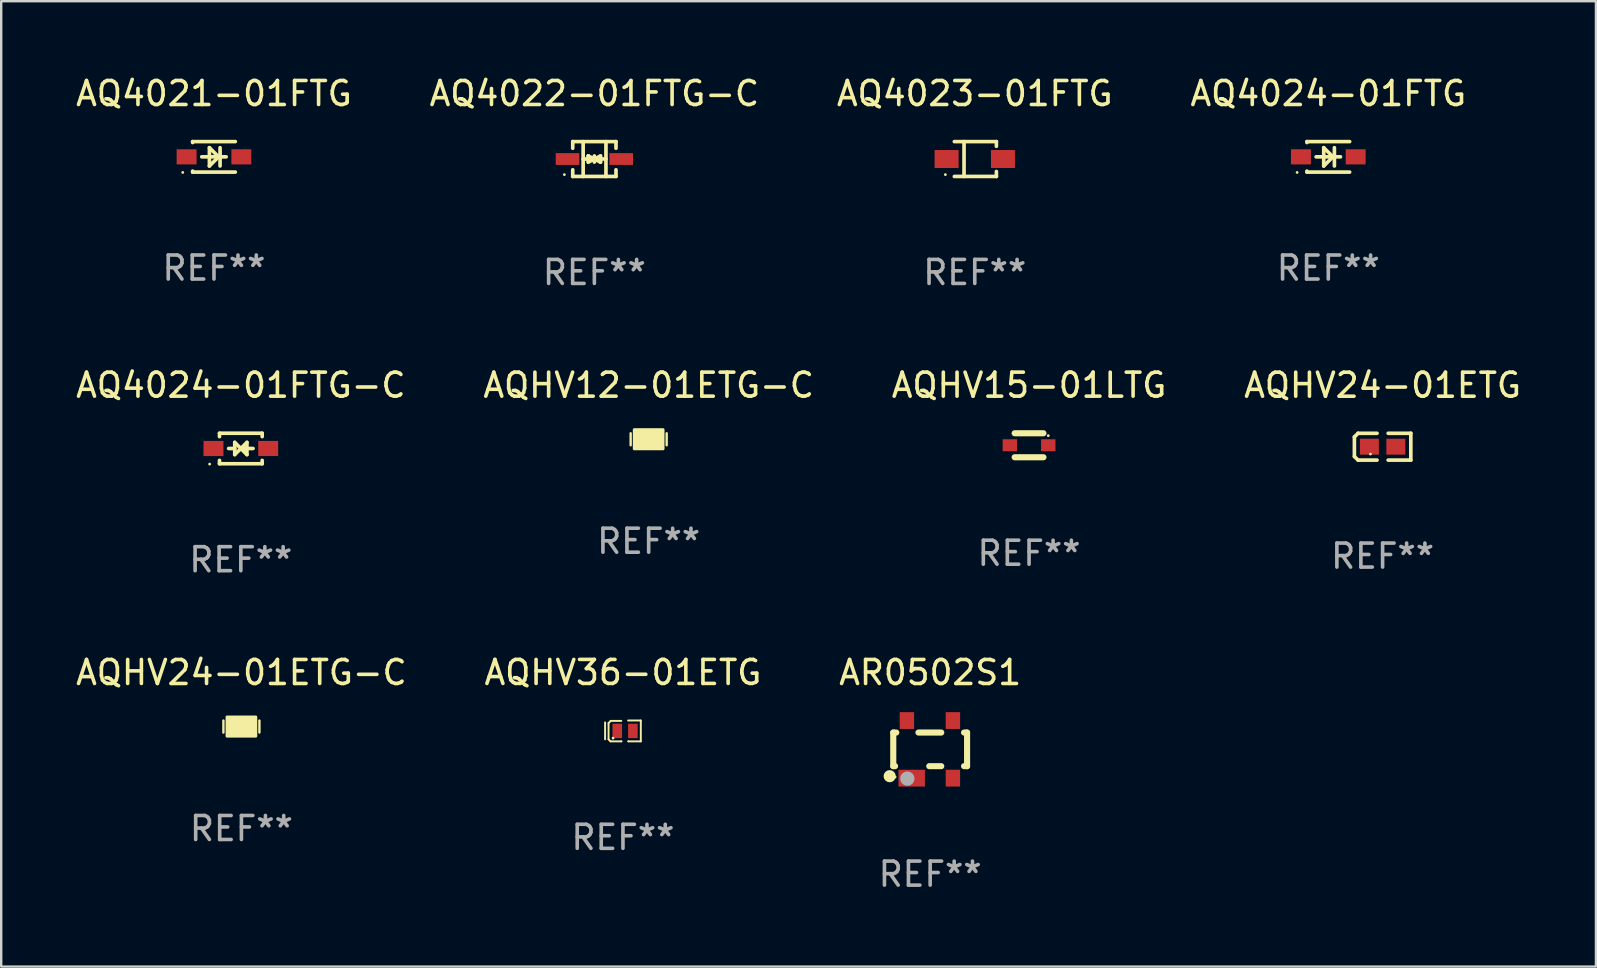
<source format=kicad_pcb>
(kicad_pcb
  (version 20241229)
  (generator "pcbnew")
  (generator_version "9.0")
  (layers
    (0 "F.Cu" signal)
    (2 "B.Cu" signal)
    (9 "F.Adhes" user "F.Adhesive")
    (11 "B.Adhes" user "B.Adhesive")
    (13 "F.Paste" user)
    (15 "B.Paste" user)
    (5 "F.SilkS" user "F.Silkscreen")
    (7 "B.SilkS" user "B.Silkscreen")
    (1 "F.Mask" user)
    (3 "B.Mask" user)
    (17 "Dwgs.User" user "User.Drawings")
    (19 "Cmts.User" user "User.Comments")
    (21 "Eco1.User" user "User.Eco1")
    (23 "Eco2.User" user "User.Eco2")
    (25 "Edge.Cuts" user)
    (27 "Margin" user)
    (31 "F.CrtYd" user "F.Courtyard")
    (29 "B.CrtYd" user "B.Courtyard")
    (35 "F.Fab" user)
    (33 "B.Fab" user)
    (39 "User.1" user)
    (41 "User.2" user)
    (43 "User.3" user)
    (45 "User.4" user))
  (footprint "AQ4024-01FTG-C"
    (layer "F.Cu")
    (at 6.982 15.632)
    (property "Reference" "AQ4024-01FTG-C" (at 0 -2.635 0) (layer "F.SilkS") (effects (font (size 1 1) (thickness 0.15))))
    (attr through_hole)
    (fp_line (start -0.889 -0.635) (end 0.889 -0.635) (stroke (width 0.152) (type solid)) (layer "F.SilkS"))
    (fp_line (start -0.889 -0.495) (end -0.889 -0.635) (stroke (width 0.152) (type solid)) (layer "F.SilkS"))
    (fp_line (start -0.889 0.635) (end -0.889 0.495) (stroke (width 0.152) (type solid)) (layer "F.SilkS"))
    (fp_line (start -0.889 0.635) (end 0.889 0.635) (stroke (width 0.152) (type solid)) (layer "F.SilkS"))
    (fp_line (start -0.508 -0.000051) (end -0.254 -0.000051) (stroke (width 0.152) (type solid)) (layer "F.SilkS"))
    (fp_line (start -0.254 -0.254) (end 0 -0.000051) (stroke (width 0.152) (type solid)) (layer "F.SilkS"))
    (fp_line (start -0.254 0.254) (end -0.254 -0.254) (stroke (width 0.152) (type solid)) (layer "F.SilkS"))
    (fp_line (start 0 -0.000051) (end -0.254 0.254) (stroke (width 0.152) (type solid)) (layer "F.SilkS"))
    (fp_line (start 0 -0.000051) (end 0.254 -0.254) (stroke (width 0.152) (type solid)) (layer "F.SilkS"))
    (fp_line (start 0.254 -0.254) (end 0.254 0.254) (stroke (width 0.152) (type solid)) (layer "F.SilkS"))
    (fp_line (start 0.254 0.254) (end 0 -0.000051) (stroke (width 0.152) (type solid)) (layer "F.SilkS"))
    (fp_line (start 0.508 -0.000051) (end 0.127 -0.000051) (stroke (width 0.152) (type solid)) (layer "F.SilkS"))
    (fp_line (start 0.889 -0.635) (end 0.889 -0.495) (stroke (width 0.152) (type solid)) (layer "F.SilkS"))
    (fp_line (start 0.889 0.495) (end 0.889 0.635) (stroke (width 0.152) (type solid)) (layer "F.SilkS"))
    (fp_circle (center -1.3 0.65) (end -1.27 0.65) (stroke (width 0.06) (type solid)) (fill no) (layer "F.SilkS"))
    (fp_text user "REF**" (at 0 4.635 0) (layer "F.Fab") (effects (font (size 1 1) (thickness 0.15))))
    (pad "1" smd rect (at -1.14 0.000152 90) (size 0.63 0.83) (layers "F.Cu" "F.Mask" "F.Paste"))
    (pad "2" smd rect (at 1.14 -0.000102 90) (size 0.63 0.83) (layers "F.Cu" "F.Mask" "F.Paste")))
  (footprint "AQHV24-01ETG-C"
    (layer "F.Cu")
    (at 7.006 27.214)
    (property "Reference" "AQHV24-01ETG-C" (at 0 -2.25 0) (layer "F.SilkS") (effects (font (size 1 1) (thickness 0.15))))
    (attr through_hole)
    (fp_line (start -0.75 0.25) (end -0.75 -0.25) (stroke (width 0.1) (type solid)) (layer "F.SilkS"))
    (fp_line (start 0.75 -0.25) (end 0.75 0.25) (stroke (width 0.1) (type solid)) (layer "F.SilkS"))
    (fp_circle (center -0.5 0.3) (end -0.47 0.3) (stroke (width 0.06) (type solid)) (fill no) (layer "F.SilkS"))
    (fp_poly (pts (xy -0.6 -0.4) (xy 0.6 -0.4) (xy 0.6 0.4) (xy -0.6 0.4)) (stroke (width 0.12) (type solid)) (fill yes) (layer "F.SilkS"))
    (fp_text user "REF**" (at 0 4.25 0) (layer "F.Fab") (effects (font (size 1 1) (thickness 0.15))))
    (pad "1" smd rect (at -0.325 -0.000013) (size 0.3 0.6) (layers "F.Cu" "F.Mask" "F.Paste"))
    (pad "2" smd rect (at 0.325 -0.000013) (size 0.3 0.6) (layers "F.Cu" "F.Mask" "F.Paste")))
  (footprint "AQHV36-01ETG"
    (layer "F.Cu")
    (at 22.899 27.397)
    (property "Reference" "AQHV36-01ETG" (at 0 -2.434 0) (layer "F.SilkS") (effects (font (size 1 1) (thickness 0.15))))
    (attr through_hole)
    (fp_line (start -0.744 -0.356) (end -0.744 0.35) (stroke (width 0.08) (type solid)) (layer "F.SilkS"))
    (fp_line (start -0.6 -0.327) (end -0.6 0.35) (stroke (width 0.08) (type solid)) (layer "F.SilkS"))
    (fp_line (start -0.6 0.35) (end -0.517 0.434) (stroke (width 0.08) (type solid)) (layer "F.SilkS"))
    (fp_line (start -0.517 0.434) (end -0.067 0.434) (stroke (width 0.08) (type solid)) (layer "F.SilkS"))
    (fp_line (start -0.509 -0.417) (end -0.6 -0.327) (stroke (width 0.08) (type solid)) (layer "F.SilkS"))
    (fp_line (start -0.07 -0.417) (end -0.509 -0.417) (stroke (width 0.08) (type solid)) (layer "F.SilkS"))
    (fp_line (start -0.067 0.434) (end -0.065 0.432) (stroke (width 0.08) (type solid)) (layer "F.SilkS"))
    (fp_line (start 0.215 -0.434) (end 0.744 -0.434) (stroke (width 0.08) (type solid)) (layer "F.SilkS"))
    (fp_line (start 0.226 0.434) (end 0.226 0.432) (stroke (width 0.08) (type solid)) (layer "F.SilkS"))
    (fp_line (start 0.744 -0.434) (end 0.744 0.434) (stroke (width 0.08) (type solid)) (layer "F.SilkS"))
    (fp_line (start 0.744 0.434) (end 0.226 0.434) (stroke (width 0.08) (type solid)) (layer "F.SilkS"))
    (fp_circle (center -0.412 0.299) (end -0.382 0.299) (stroke (width 0.06) (type solid)) (fill no) (layer "F.SilkS"))
    (fp_text user "REF**" (at 0 4.434 0) (layer "F.Fab") (effects (font (size 1 1) (thickness 0.15))))
    (pad "1" smd rect (at -0.237 -0.001) (size 0.4 0.6) (layers "F.Cu" "F.Mask" "F.Paste"))
    (pad "2" smd rect (at 0.413 -0.001) (size 0.4 0.6) (layers "F.Cu" "F.Mask" "F.Paste")))
  (footprint "AQ4022-01FTG-C"
    (layer "F.Cu")
    (at 21.708 3.574)
    (property "Reference" "AQ4022-01FTG-C" (at 0 -2.726 0) (layer "F.SilkS") (effects (font (size 1 1) (thickness 0.15))))
    (attr through_hole)
    (fp_line (start -0.901 -0.726) (end -0.901 -0.448) (stroke (width 0.152) (type solid)) (layer "F.SilkS"))
    (fp_line (start -0.901 0.726) (end -0.901 0.448) (stroke (width 0.152) (type solid)) (layer "F.SilkS"))
    (fp_line (start -0.467 0) (end 0.483 -0.003) (stroke (width 0.154) (type solid)) (layer "F.SilkS"))
    (fp_line (start -0.467 0.726) (end -0.467 -0.726) (stroke (width 0.152) (type solid)) (layer "F.SilkS"))
    (fp_line (start -0.254 -0.127) (end -0.254 -0.127) (stroke (width 0.154) (type solid)) (layer "F.SilkS"))
    (fp_line (start -0.254 -0.127) (end -0.002 -0.003) (stroke (width 0.154) (type solid)) (layer "F.SilkS"))
    (fp_line (start -0.254 0.127) (end -0.254 -0.127) (stroke (width 0.154) (type solid)) (layer "F.SilkS"))
    (fp_line (start -0.127 0) (end 0.003 0) (stroke (width 0.154) (type solid)) (layer "F.SilkS"))
    (fp_line (start -0.003 0) (end -0.254 0.127) (stroke (width 0.154) (type solid)) (layer "F.SilkS"))
    (fp_line (start 0 -0.127) (end 0 0.127) (stroke (width 0.154) (type solid)) (layer "F.SilkS"))
    (fp_line (start 0.003 0) (end 0.254 -0.127) (stroke (width 0.154) (type solid)) (layer "F.SilkS"))
    (fp_line (start 0.127 0) (end -0.003 0) (stroke (width 0.154) (type solid)) (layer "F.SilkS"))
    (fp_line (start 0.254 -0.127) (end 0.254 0.127) (stroke (width 0.154) (type solid)) (layer "F.SilkS"))
    (fp_line (start 0.254 0.127) (end 0.002 0.003) (stroke (width 0.154) (type solid)) (layer "F.SilkS"))
    (fp_line (start 0.254 0.127) (end 0.254 0.127) (stroke (width 0.154) (type solid)) (layer "F.SilkS"))
    (fp_line (start 0.483 0.726) (end 0.483 -0.726) (stroke (width 0.152) (type solid)) (layer "F.SilkS"))
    (fp_line (start 0.901 -0.726) (end -0.901 -0.726) (stroke (width 0.152) (type solid)) (layer "F.SilkS"))
    (fp_line (start 0.901 -0.726) (end 0.901 -0.448) (stroke (width 0.152) (type solid)) (layer "F.SilkS"))
    (fp_line (start 0.901 0.726) (end -0.901 0.726) (stroke (width 0.152) (type solid)) (layer "F.SilkS"))
    (fp_line (start 0.901 0.726) (end 0.901 0.448) (stroke (width 0.152) (type solid)) (layer "F.SilkS"))
    (fp_circle (center -1.25 0.65) (end -1.22 0.65) (stroke (width 0.06) (type solid)) (fill no) (layer "F.SilkS"))
    (fp_text user "REF**" (at 0 4.726 0) (layer "F.Fab") (effects (font (size 1 1) (thickness 0.15))))
    (pad "1" smd rect (at -1.118 0) (size 0.985 0.49) (layers "F.Cu" "F.Mask" "F.Paste"))
    (pad "2" smd rect (at 1.118 0) (size 0.985 0.49) (layers "F.Cu" "F.Mask" "F.Paste")))
  (footprint "AQ4024-01FTG"
    (layer "F.Cu")
    (at 52.28 3.483)
    (property "Reference" "AQ4024-01FTG" (at 0 -2.635 0) (layer "F.SilkS") (effects (font (size 1 1) (thickness 0.15))))
    (attr through_hole)
    (fp_line (start -0.889 -0.635) (end -0.889 -0.595) (stroke (width 0.152) (type solid)) (layer "F.SilkS"))
    (fp_line (start -0.889 -0.635) (end 0.889 -0.635) (stroke (width 0.152) (type solid)) (layer "F.SilkS"))
    (fp_line (start -0.889 0.595) (end -0.889 0.635) (stroke (width 0.152) (type solid)) (layer "F.SilkS"))
    (fp_line (start -0.889 0.635) (end 0.889 0.635) (stroke (width 0.152) (type solid)) (layer "F.SilkS"))
    (fp_line (start -0.508 0.000025) (end 0.508 0.000025) (stroke (width 0.152) (type solid)) (layer "F.SilkS"))
    (fp_line (start -0.19 -0.381) (end 0.191 0.000025) (stroke (width 0.152) (type solid)) (layer "F.SilkS"))
    (fp_line (start -0.19 0.381) (end -0.19 -0.381) (stroke (width 0.152) (type solid)) (layer "F.SilkS"))
    (fp_line (start 0.191 0.000025) (end -0.19 0.381) (stroke (width 0.152) (type solid)) (layer "F.SilkS"))
    (fp_line (start 0.254 0.381) (end 0.254 -0.381) (stroke (width 0.152) (type solid)) (layer "F.SilkS"))
    (fp_circle (center -1.3 0.65) (end -1.27 0.65) (stroke (width 0.06) (type solid)) (fill no) (layer "F.SilkS"))
    (fp_text user "REF**" (at 0 4.635 0) (layer "F.Fab") (effects (font (size 1 1) (thickness 0.15))))
    (pad "1" smd rect (at -1.14 0 90) (size 0.63 0.83) (layers "F.Cu" "F.Mask" "F.Paste"))
    (pad "2" smd rect (at 1.14 0 90) (size 0.63 0.83) (layers "F.Cu" "F.Mask" "F.Paste")))
  (footprint "AR0502S1"
    (layer "F.Cu")
    (at 35.696 28.164)
    (property "Reference" "AR0502S1" (at 0 -3.2 0) (layer "F.SilkS") (effects (font (size 1 1) (thickness 0.15))))
    (attr through_hole)
    (fp_line (start -1.537 -0.7) (end -1.412 -0.7) (stroke (width 0.254) (type solid)) (layer "F.SilkS"))
    (fp_line (start -1.537 0.7) (end -1.537 -0.7) (stroke (width 0.254) (type solid)) (layer "F.SilkS"))
    (fp_line (start -1.537 0.7) (end -1.462 0.7) (stroke (width 0.254) (type solid)) (layer "F.SilkS"))
    (fp_line (start -0.488 -0.7) (end 0.462 -0.7) (stroke (width 0.254) (type solid)) (layer "F.SilkS"))
    (fp_line (start -0.038 0.7) (end 0.462 0.7) (stroke (width 0.254) (type solid)) (layer "F.SilkS"))
    (fp_line (start 1.412 -0.7) (end 1.537 -0.7) (stroke (width 0.254) (type solid)) (layer "F.SilkS"))
    (fp_line (start 1.412 0.7) (end 1.537 0.7) (stroke (width 0.254) (type solid)) (layer "F.SilkS"))
    (fp_line (start 1.537 0.7) (end 1.537 -0.7) (stroke (width 0.254) (type solid)) (layer "F.SilkS"))
    (fp_circle (center -1.687 1.118) (end -1.56 1.118) (stroke (width 0.254) (type solid)) (fill no) (layer "F.SilkS"))
    (fp_circle (center -1.461 1.15) (end -1.431 1.15) (stroke (width 0.06) (type solid)) (fill no) (layer "F.SilkS"))
    (fp_circle (center -0.951 1.219) (end -0.801 1.219) (stroke (width 0.3) (type solid)) (fill no) (layer "F.Fab"))
    (fp_text user "REF**" (at 0 5.2 0) (layer "F.Fab") (effects (font (size 1 1) (thickness 0.15))))
    (pad "1" smd rect (at -0.769 1.2) (size 1.1 0.7) (layers "F.Cu" "F.Mask" "F.Paste"))
    (pad "2" smd rect (at 0.947 1.2) (size 0.6 0.7) (layers "F.Cu" "F.Mask" "F.Paste"))
    (pad "3" smd rect (at 0.947 -1.2) (size 0.6 0.7) (layers "F.Cu" "F.Mask" "F.Paste"))
    (pad "4" smd rect (at -0.969 -1.2) (size 0.6 0.7) (layers "F.Cu" "F.Mask" "F.Paste")))
  (footprint "AQHV24-01ETG"
    (layer "F.Cu")
    (at 54.542 15.557)
    (property "Reference" "AQHV24-01ETG" (at 0 -2.559 0) (layer "F.SilkS") (effects (font (size 1 1) (thickness 0.15))))
    (attr through_hole)
    (fp_line (start -1.175 -0.407) (end -1.023 -0.559) (stroke (width 0.152) (type solid)) (layer "F.SilkS"))
    (fp_line (start -1.175 0.407) (end -1.175 -0.407) (stroke (width 0.152) (type solid)) (layer "F.SilkS"))
    (fp_line (start -1.023 -0.559) (end -0.232 -0.559) (stroke (width 0.152) (type solid)) (layer "F.SilkS"))
    (fp_line (start -1.023 0.559) (end -1.175 0.407) (stroke (width 0.152) (type solid)) (layer "F.SilkS"))
    (fp_line (start -0.232 0.559) (end -1.023 0.559) (stroke (width 0.152) (type solid)) (layer "F.SilkS"))
    (fp_line (start 0.232 0.559) (end 1.175 0.559) (stroke (width 0.152) (type solid)) (layer "F.SilkS"))
    (fp_line (start 1.175 -0.559) (end 0.232 -0.559) (stroke (width 0.152) (type solid)) (layer "F.SilkS"))
    (fp_line (start 1.175 0.559) (end 1.175 -0.559) (stroke (width 0.152) (type solid)) (layer "F.SilkS"))
    (fp_circle (center -0.506 0.306) (end -0.476 0.306) (stroke (width 0.06) (type solid)) (fill no) (layer "F.SilkS"))
    (fp_text user "REF**" (at 0 4.559 0) (layer "F.Fab") (effects (font (size 1 1) (thickness 0.15))))
    (pad "1" smd rect (at -0.551 0) (size 0.79 0.661) (layers "F.Cu" "F.Mask" "F.Paste"))
    (pad "2" smd rect (at 0.551 0) (size 0.79 0.661) (layers "F.Cu" "F.Mask" "F.Paste")))
  (footprint "AQHV12-01ETG-C"
    (layer "F.Cu")
    (at 23.97 15.247)
    (property "Reference" "AQHV12-01ETG-C" (at 0 -2.25 0) (layer "F.SilkS") (effects (font (size 1 1) (thickness 0.15))))
    (attr through_hole)
    (fp_line (start -0.75 0.25) (end -0.75 -0.25) (stroke (width 0.1) (type solid)) (layer "F.SilkS"))
    (fp_line (start 0.75 -0.25) (end 0.75 0.25) (stroke (width 0.1) (type solid)) (layer "F.SilkS"))
    (fp_circle (center -0.5 0.3) (end -0.47 0.3) (stroke (width 0.06) (type solid)) (fill no) (layer "F.SilkS"))
    (fp_poly (pts (xy -0.6 -0.4) (xy 0.6 -0.4) (xy 0.6 0.4) (xy -0.6 0.4)) (stroke (width 0.12) (type solid)) (fill yes) (layer "F.SilkS"))
    (fp_text user "REF**" (at 0 4.25 0) (layer "F.Fab") (effects (font (size 1 1) (thickness 0.15))))
    (pad "1" smd rect (at -0.325 -0.000013) (size 0.3 0.6) (layers "F.Cu" "F.Mask" "F.Paste"))
    (pad "2" smd rect (at 0.325 -0.000013) (size 0.3 0.6) (layers "F.Cu" "F.Mask" "F.Paste")))
  (footprint "AQ4023-01FTG"
    (layer "F.Cu")
    (at 37.554 3.574)
    (property "Reference" "AQ4023-01FTG" (at 0 -2.726 0) (layer "F.SilkS") (effects (font (size 1 1) (thickness 0.15))))
    (attr through_hole)
    (fp_line (start -0.851 -0.726) (end 0.901 -0.726) (stroke (width 0.152) (type solid)) (layer "F.SilkS"))
    (fp_line (start -0.851 0.726) (end 0.901 0.726) (stroke (width 0.152) (type solid)) (layer "F.SilkS"))
    (fp_line (start -0.447 -0.726) (end -0.447 0.726) (stroke (width 0.152) (type solid)) (layer "F.SilkS"))
    (fp_line (start 0.901 -0.726) (end 0.901 -0.53) (stroke (width 0.152) (type solid)) (layer "F.SilkS"))
    (fp_line (start 0.901 0.726) (end 0.901 0.52) (stroke (width 0.152) (type solid)) (layer "F.SilkS"))
    (fp_circle (center -1.225 0.65) (end -1.195 0.65) (stroke (width 0.06) (type solid)) (fill no) (layer "F.SilkS"))
    (fp_text user "REF**" (at 0 4.726 0) (layer "F.Fab") (effects (font (size 1 1) (thickness 0.15))))
    (pad "1" smd rect (at -1.173 0) (size 1 0.75) (layers "F.Cu" "F.Mask" "F.Paste"))
    (pad "2" smd rect (at 1.173 0) (size 1 0.75) (layers "F.Cu" "F.Mask" "F.Paste")))
  (footprint "AQ4021-01FTG"
    (layer "F.Cu")
    (at 5.863 3.483)
    (property "Reference" "AQ4021-01FTG" (at 0 -2.635 0) (layer "F.SilkS") (effects (font (size 1 1) (thickness 0.15))))
    (attr through_hole)
    (fp_line (start -0.889 -0.635) (end -0.889 -0.595) (stroke (width 0.152) (type solid)) (layer "F.SilkS"))
    (fp_line (start -0.889 -0.635) (end 0.889 -0.635) (stroke (width 0.152) (type solid)) (layer "F.SilkS"))
    (fp_line (start -0.889 0.595) (end -0.889 0.635) (stroke (width 0.152) (type solid)) (layer "F.SilkS"))
    (fp_line (start -0.889 0.635) (end 0.889 0.635) (stroke (width 0.152) (type solid)) (layer "F.SilkS"))
    (fp_line (start -0.508 0.000025) (end 0.508 0.000025) (stroke (width 0.152) (type solid)) (layer "F.SilkS"))
    (fp_line (start -0.19 -0.381) (end 0.191 0.000025) (stroke (width 0.152) (type solid)) (layer "F.SilkS"))
    (fp_line (start -0.19 0.381) (end -0.19 -0.381) (stroke (width 0.152) (type solid)) (layer "F.SilkS"))
    (fp_line (start 0.191 0.000025) (end -0.19 0.381) (stroke (width 0.152) (type solid)) (layer "F.SilkS"))
    (fp_line (start 0.254 0.381) (end 0.254 -0.381) (stroke (width 0.152) (type solid)) (layer "F.SilkS"))
    (fp_circle (center -1.3 0.65) (end -1.27 0.65) (stroke (width 0.06) (type solid)) (fill no) (layer "F.SilkS"))
    (fp_text user "REF**" (at 0 4.635 0) (layer "F.Fab") (effects (font (size 1 1) (thickness 0.15))))
    (pad "1" smd rect (at -1.14 0 90) (size 0.63 0.83) (layers "F.Cu" "F.Mask" "F.Paste"))
    (pad "2" smd rect (at 1.14 0 90) (size 0.63 0.83) (layers "F.Cu" "F.Mask" "F.Paste")))
  (footprint "AQHV15-01LTG"
    (layer "F.Cu")
    (at 39.815 15.497)
    (property "Reference" "AQHV15-01LTG" (at 0 -2.5 0) (layer "F.SilkS") (effects (font (size 1 1) (thickness 0.15))))
    (attr through_hole)
    (fp_line (start -0.6 -0.5) (end 0.6 -0.5) (stroke (width 0.254) (type solid)) (layer "F.SilkS"))
    (fp_line (start -0.6 0.5) (end 0.6 0.5) (stroke (width 0.254) (type solid)) (layer "F.SilkS"))
    (fp_circle (center 0.8 -0.4) (end 0.83 -0.4) (stroke (width 0.06) (type solid)) (fill no) (layer "F.SilkS"))
    (fp_text user "REF**" (at 0 4.5 0) (layer "F.Fab") (effects (font (size 1 1) (thickness 0.15))))
    (pad "1" smd rect (at -0.8 0 90) (size 0.5 0.6) (layers "F.Cu" "F.Mask" "F.Paste"))
    (pad "2" smd rect (at 0.8 0 90) (size 0.5 0.6) (layers "F.Cu" "F.Mask" "F.Paste")))
  (gr_rect
    (start -3 -3)
    (end 63.429 37.212)
    (stroke (width 0.1) (type default))
    (fill no)
    (layer "Edge.Cuts")))
</source>
